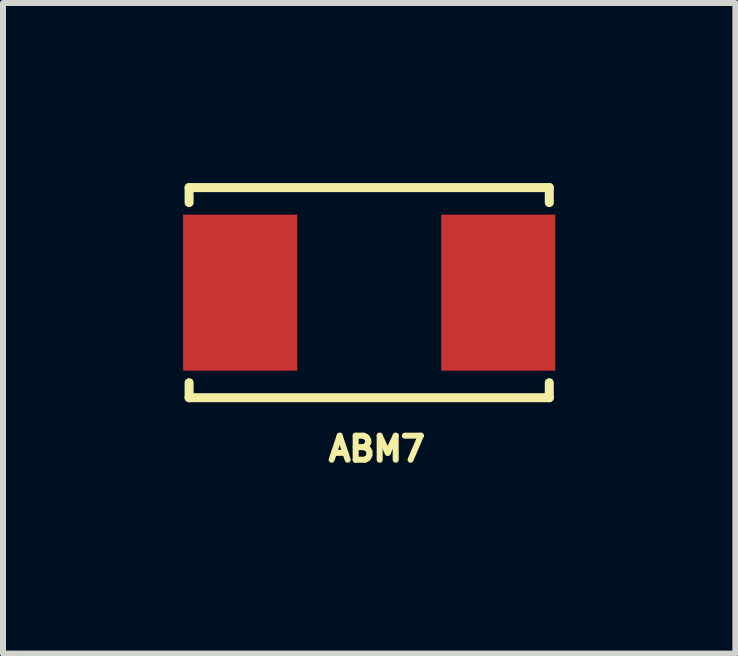
<source format=kicad_pcb>
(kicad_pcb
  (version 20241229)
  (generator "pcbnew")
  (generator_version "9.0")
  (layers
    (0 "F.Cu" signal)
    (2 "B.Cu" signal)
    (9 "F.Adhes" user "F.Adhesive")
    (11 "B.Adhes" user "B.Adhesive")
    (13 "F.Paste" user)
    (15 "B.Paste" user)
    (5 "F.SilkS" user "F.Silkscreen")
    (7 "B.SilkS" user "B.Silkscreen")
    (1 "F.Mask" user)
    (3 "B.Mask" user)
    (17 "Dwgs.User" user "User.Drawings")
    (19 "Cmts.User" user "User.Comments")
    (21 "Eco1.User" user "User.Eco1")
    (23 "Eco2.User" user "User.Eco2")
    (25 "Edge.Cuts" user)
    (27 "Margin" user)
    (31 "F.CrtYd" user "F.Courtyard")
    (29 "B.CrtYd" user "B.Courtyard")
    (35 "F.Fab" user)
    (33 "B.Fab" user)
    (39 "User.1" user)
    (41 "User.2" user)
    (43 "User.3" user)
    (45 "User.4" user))
  (footprint "ABM7"
    (layer "F.Cu")
    (at 3.1 1.825)
    (property "Reference" "ABM7" (at 0.127 2.603 0) (layer "F.SilkS") (effects (font (size 0.4 0.4) (thickness 0.1))))
    (attr through_hole)
    (fp_line (start -3 -1.75) (end -3 -1.5) (stroke (width 0.15) (type solid)) (layer "F.SilkS"))
    (fp_line (start -3 -1.75) (end 3 -1.75) (stroke (width 0.15) (type solid)) (layer "F.SilkS"))
    (fp_line (start -3 1.75) (end -3 1.5) (stroke (width 0.15) (type solid)) (layer "F.SilkS"))
    (fp_line (start 3 -1.75) (end 3 -1.5) (stroke (width 0.15) (type solid)) (layer "F.SilkS"))
    (fp_line (start 3 1.75) (end -3 1.75) (stroke (width 0.15) (type solid)) (layer "F.SilkS"))
    (fp_line (start 3 1.75) (end 3 1.5) (stroke (width 0.15) (type solid)) (layer "F.SilkS"))
    (pad "1" smd rect (at -2.15 0) (size 1.9 2.6) (layers "F.Cu" "F.Mask" "F.Paste"))
    (pad "2" smd rect (at 2.15 0) (size 1.9 2.6) (layers "F.Cu" "F.Mask" "F.Paste")))
  (gr_rect
    (start -3 -3)
    (end 9.2 7.838)
    (stroke (width 0.1) (type default))
    (fill no)
    (layer "Edge.Cuts")))
</source>
